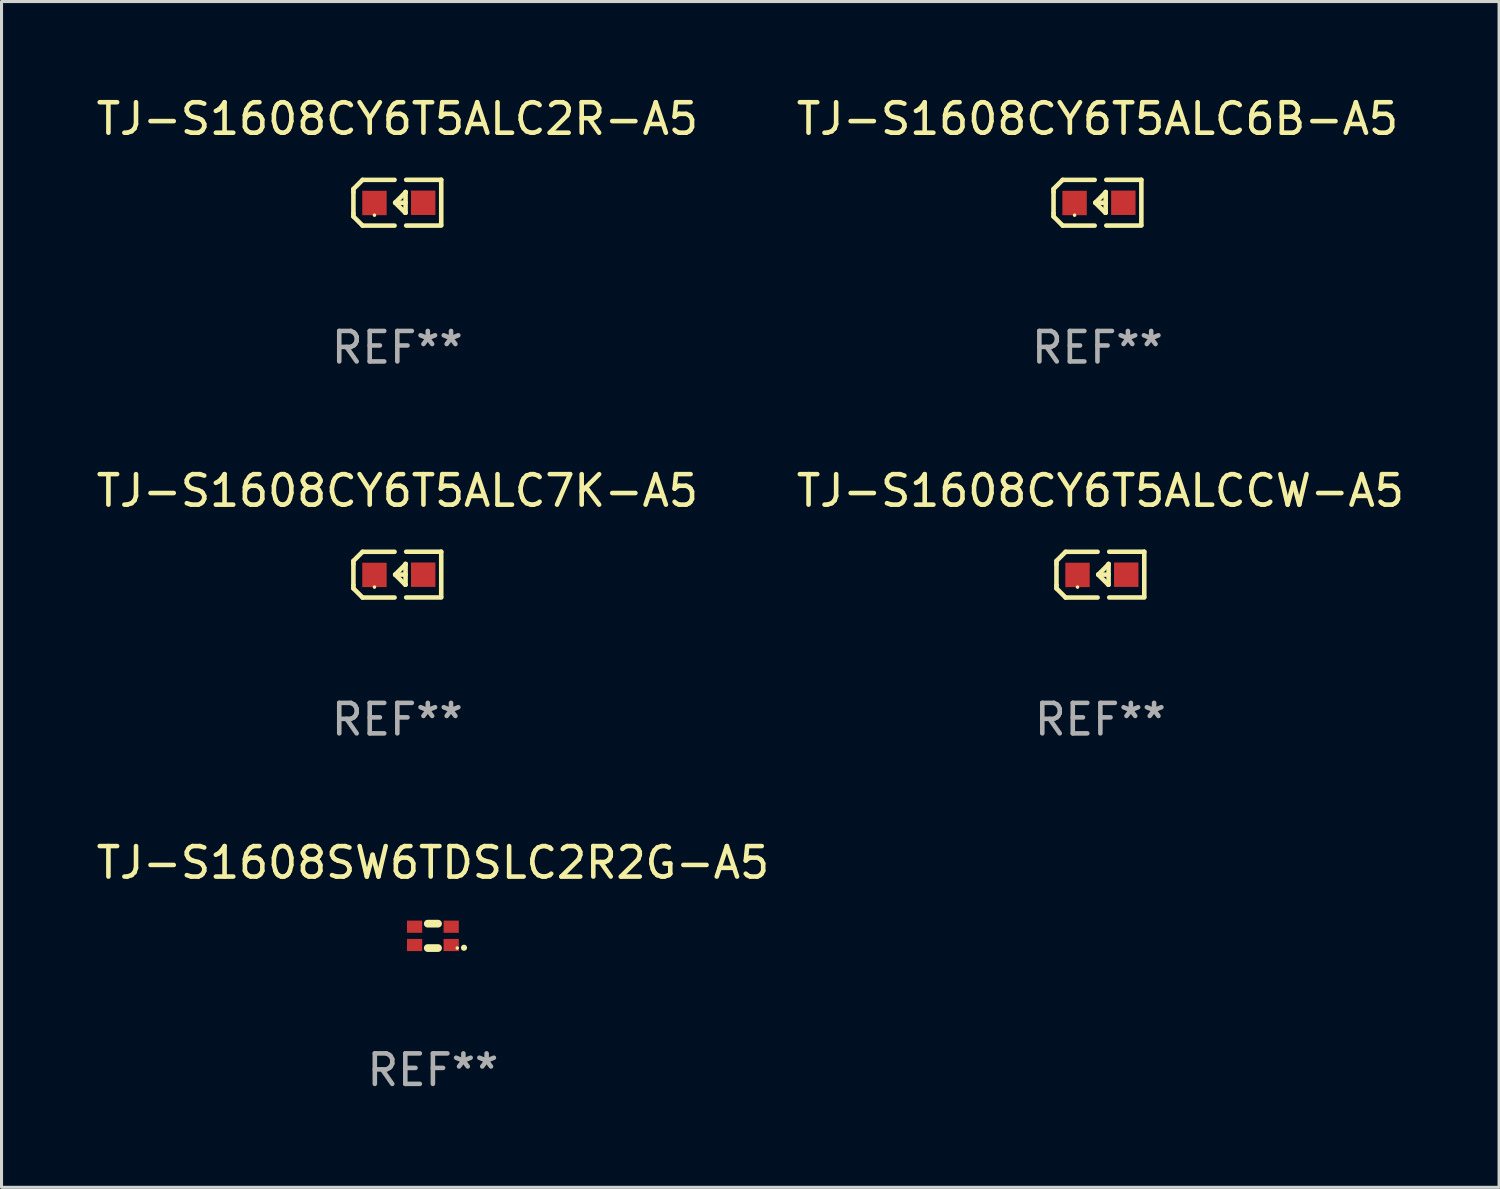
<source format=kicad_pcb>
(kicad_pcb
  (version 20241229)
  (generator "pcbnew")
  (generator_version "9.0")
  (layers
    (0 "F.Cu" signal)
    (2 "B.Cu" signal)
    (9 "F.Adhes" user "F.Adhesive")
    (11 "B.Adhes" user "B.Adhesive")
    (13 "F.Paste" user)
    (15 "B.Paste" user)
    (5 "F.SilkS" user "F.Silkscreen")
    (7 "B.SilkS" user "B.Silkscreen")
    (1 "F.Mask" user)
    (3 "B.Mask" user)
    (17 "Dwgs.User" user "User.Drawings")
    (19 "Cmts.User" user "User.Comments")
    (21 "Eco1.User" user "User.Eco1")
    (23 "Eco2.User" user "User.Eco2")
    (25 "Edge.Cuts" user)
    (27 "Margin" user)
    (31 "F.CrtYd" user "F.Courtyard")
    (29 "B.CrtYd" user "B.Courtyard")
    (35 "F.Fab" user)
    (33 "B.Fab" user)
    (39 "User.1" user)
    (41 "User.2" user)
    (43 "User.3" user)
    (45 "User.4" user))
  (footprint "TJ-S1608CY6T5ALC6B-A5"
    (layer "F.Cu")
    (at 32.946 3.599)
    (property "Reference" "TJ-S1608CY6T5ALC6B-A5" (at 0 -2.751 0) (layer "F.SilkS") (effects (font (size 1 1) (thickness 0.15))))
    (attr through_hole)
    (fp_line (start -1.44 -0.449) (end -1.14 -0.749) (stroke (width 0.15) (type solid)) (layer "F.SilkS"))
    (fp_line (start -1.44 -0.349) (end -1.44 -0.449) (stroke (width 0.15) (type solid)) (layer "F.SilkS"))
    (fp_line (start -1.44 -0.349) (end -1.44 0.351) (stroke (width 0.15) (type solid)) (layer "F.SilkS"))
    (fp_line (start -1.44 0.351) (end -1.44 0.451) (stroke (width 0.15) (type solid)) (layer "F.SilkS"))
    (fp_line (start -1.44 0.451) (end -1.14 0.751) (stroke (width 0.15) (type solid)) (layer "F.SilkS"))
    (fp_line (start -0.09 -0.749) (end -1.14 -0.749) (stroke (width 0.15) (type solid)) (layer "F.SilkS"))
    (fp_line (start -0.09 0.751) (end -1.14 0.751) (stroke (width 0.15) (type solid)) (layer "F.SilkS"))
    (fp_line (start 0.26 0.329) (end -0.07 -0.001) (stroke (width 0.15) (type solid)) (layer "F.SilkS"))
    (fp_line (start 0.27 -0.351) (end 0.27 -0.341) (stroke (width 0.15) (type solid)) (layer "F.SilkS"))
    (fp_line (start 0.27 -0.351) (end 0.27 0.329) (stroke (width 0.15) (type solid)) (layer "F.SilkS"))
    (fp_line (start 0.27 -0.341) (end -0.07 -0.001) (stroke (width 0.15) (type solid)) (layer "F.SilkS"))
    (fp_line (start 0.27 -0.001) (end -0.07 -0.001) (stroke (width 0.15) (type solid)) (layer "F.SilkS"))
    (fp_line (start 0.27 0.329) (end 0.26 0.329) (stroke (width 0.15) (type solid)) (layer "F.SilkS"))
    (fp_line (start 0.29 -0.751) (end 1.44 -0.751) (stroke (width 0.15) (type solid)) (layer "F.SilkS"))
    (fp_line (start 0.29 0.749) (end 1.44 0.749) (stroke (width 0.15) (type solid)) (layer "F.SilkS"))
    (fp_line (start 1.44 -0.751) (end 1.44 0.729) (stroke (width 0.15) (type solid)) (layer "F.SilkS"))
    (fp_circle (center -0.75 0.409) (end -0.72 0.409) (stroke (width 0.06) (type solid)) (fill no) (layer "F.SilkS"))
    (fp_text user "REF**" (at 0 4.751 0) (layer "F.Fab") (effects (font (size 1 1) (thickness 0.15))))
    (pad "1" smd rect (at -0.75 0.009 90) (size 0.8 0.8) (layers "F.Cu" "F.Mask" "F.Paste"))
    (pad "2" smd rect (at 0.849 0.002 90) (size 0.8 0.8) (layers "F.Cu" "F.Mask" "F.Paste")))
  (footprint "TJ-S1608SW6TDSLC2R2G-A5"
    (layer "F.Cu")
    (at 11.149 27.646)
    (property "Reference" "TJ-S1608SW6TDSLC2R2G-A5" (at 0 -2.4 0) (layer "F.SilkS") (effects (font (size 1 1) (thickness 0.15))))
    (attr through_hole)
    (fp_line (start -0.169 -0.4) (end 0.169 -0.4) (stroke (width 0.254) (type solid)) (layer "F.SilkS"))
    (fp_line (start -0.169 0.4) (end 0.169 0.4) (stroke (width 0.254) (type solid)) (layer "F.SilkS"))
    (fp_circle (center 0.8 0.4) (end 0.83 0.4) (stroke (width 0.06) (type solid)) (fill no) (layer "F.SilkS"))
    (fp_circle (center 1.02 0.39) (end 1.071 0.39) (stroke (width 0.1) (type solid)) (fill no) (layer "F.SilkS"))
    (fp_text user "REF**" (at 0 4.4 0) (layer "F.Fab") (effects (font (size 1 1) (thickness 0.15))))
    (pad "1" smd rect (at 0.6 0.3) (size 0.5 0.4) (layers "F.Cu" "F.Mask" "F.Paste"))
    (pad "2" smd rect (at -0.6 0.3) (size 0.5 0.4) (layers "F.Cu" "F.Mask" "F.Paste"))
    (pad "3" smd rect (at 0.6 -0.3) (size 0.5 0.4) (layers "F.Cu" "F.Mask" "F.Paste"))
    (pad "4" smd rect (at -0.6 -0.3) (size 0.5 0.4) (layers "F.Cu" "F.Mask" "F.Paste")))
  (footprint "TJ-S1608CY6T5ALC7K-A5"
    (layer "F.Cu")
    (at 9.982 15.798)
    (property "Reference" "TJ-S1608CY6T5ALC7K-A5" (at 0 -2.751 0) (layer "F.SilkS") (effects (font (size 1 1) (thickness 0.15))))
    (attr through_hole)
    (fp_line (start -1.44 -0.449) (end -1.14 -0.749) (stroke (width 0.15) (type solid)) (layer "F.SilkS"))
    (fp_line (start -1.44 -0.349) (end -1.44 -0.449) (stroke (width 0.15) (type solid)) (layer "F.SilkS"))
    (fp_line (start -1.44 -0.349) (end -1.44 0.351) (stroke (width 0.15) (type solid)) (layer "F.SilkS"))
    (fp_line (start -1.44 0.351) (end -1.44 0.451) (stroke (width 0.15) (type solid)) (layer "F.SilkS"))
    (fp_line (start -1.44 0.451) (end -1.14 0.751) (stroke (width 0.15) (type solid)) (layer "F.SilkS"))
    (fp_line (start -0.09 -0.749) (end -1.14 -0.749) (stroke (width 0.15) (type solid)) (layer "F.SilkS"))
    (fp_line (start -0.09 0.751) (end -1.14 0.751) (stroke (width 0.15) (type solid)) (layer "F.SilkS"))
    (fp_line (start 0.26 0.329) (end -0.07 -0.001) (stroke (width 0.15) (type solid)) (layer "F.SilkS"))
    (fp_line (start 0.27 -0.351) (end 0.27 -0.341) (stroke (width 0.15) (type solid)) (layer "F.SilkS"))
    (fp_line (start 0.27 -0.351) (end 0.27 0.329) (stroke (width 0.15) (type solid)) (layer "F.SilkS"))
    (fp_line (start 0.27 -0.341) (end -0.07 -0.001) (stroke (width 0.15) (type solid)) (layer "F.SilkS"))
    (fp_line (start 0.27 -0.001) (end -0.07 -0.001) (stroke (width 0.15) (type solid)) (layer "F.SilkS"))
    (fp_line (start 0.27 0.329) (end 0.26 0.329) (stroke (width 0.15) (type solid)) (layer "F.SilkS"))
    (fp_line (start 0.29 -0.751) (end 1.44 -0.751) (stroke (width 0.15) (type solid)) (layer "F.SilkS"))
    (fp_line (start 0.29 0.749) (end 1.44 0.749) (stroke (width 0.15) (type solid)) (layer "F.SilkS"))
    (fp_line (start 1.44 -0.751) (end 1.44 0.729) (stroke (width 0.15) (type solid)) (layer "F.SilkS"))
    (fp_circle (center -0.75 0.409) (end -0.72 0.409) (stroke (width 0.06) (type solid)) (fill no) (layer "F.SilkS"))
    (fp_text user "REF**" (at 0 4.751 0) (layer "F.Fab") (effects (font (size 1 1) (thickness 0.15))))
    (pad "1" smd rect (at -0.75 0.009 90) (size 0.8 0.8) (layers "F.Cu" "F.Mask" "F.Paste"))
    (pad "2" smd rect (at 0.849 0.002 90) (size 0.8 0.8) (layers "F.Cu" "F.Mask" "F.Paste")))
  (footprint "TJ-S1608CY6T5ALCCW-A5"
    (layer "F.Cu")
    (at 33.042 15.798)
    (property "Reference" "TJ-S1608CY6T5ALCCW-A5" (at 0 -2.751 0) (layer "F.SilkS") (effects (font (size 1 1) (thickness 0.15))))
    (attr through_hole)
    (fp_line (start -1.44 -0.449) (end -1.14 -0.749) (stroke (width 0.15) (type solid)) (layer "F.SilkS"))
    (fp_line (start -1.44 -0.349) (end -1.44 -0.449) (stroke (width 0.15) (type solid)) (layer "F.SilkS"))
    (fp_line (start -1.44 -0.349) (end -1.44 0.351) (stroke (width 0.15) (type solid)) (layer "F.SilkS"))
    (fp_line (start -1.44 0.351) (end -1.44 0.451) (stroke (width 0.15) (type solid)) (layer "F.SilkS"))
    (fp_line (start -1.44 0.451) (end -1.14 0.751) (stroke (width 0.15) (type solid)) (layer "F.SilkS"))
    (fp_line (start -0.09 -0.749) (end -1.14 -0.749) (stroke (width 0.15) (type solid)) (layer "F.SilkS"))
    (fp_line (start -0.09 0.751) (end -1.14 0.751) (stroke (width 0.15) (type solid)) (layer "F.SilkS"))
    (fp_line (start 0.26 0.329) (end -0.07 -0.001) (stroke (width 0.15) (type solid)) (layer "F.SilkS"))
    (fp_line (start 0.27 -0.351) (end 0.27 -0.341) (stroke (width 0.15) (type solid)) (layer "F.SilkS"))
    (fp_line (start 0.27 -0.351) (end 0.27 0.329) (stroke (width 0.15) (type solid)) (layer "F.SilkS"))
    (fp_line (start 0.27 -0.341) (end -0.07 -0.001) (stroke (width 0.15) (type solid)) (layer "F.SilkS"))
    (fp_line (start 0.27 -0.001) (end -0.07 -0.001) (stroke (width 0.15) (type solid)) (layer "F.SilkS"))
    (fp_line (start 0.27 0.329) (end 0.26 0.329) (stroke (width 0.15) (type solid)) (layer "F.SilkS"))
    (fp_line (start 0.29 -0.751) (end 1.44 -0.751) (stroke (width 0.15) (type solid)) (layer "F.SilkS"))
    (fp_line (start 0.29 0.749) (end 1.44 0.749) (stroke (width 0.15) (type solid)) (layer "F.SilkS"))
    (fp_line (start 1.44 -0.751) (end 1.44 0.729) (stroke (width 0.15) (type solid)) (layer "F.SilkS"))
    (fp_circle (center -0.75 0.409) (end -0.72 0.409) (stroke (width 0.06) (type solid)) (fill no) (layer "F.SilkS"))
    (fp_text user "REF**" (at 0 4.751 0) (layer "F.Fab") (effects (font (size 1 1) (thickness 0.15))))
    (pad "1" smd rect (at -0.75 0.009 90) (size 0.8 0.8) (layers "F.Cu" "F.Mask" "F.Paste"))
    (pad "2" smd rect (at 0.849 0.002 90) (size 0.8 0.8) (layers "F.Cu" "F.Mask" "F.Paste")))
  (footprint "TJ-S1608CY6T5ALC2R-A5"
    (layer "F.Cu")
    (at 9.982 3.599)
    (property "Reference" "TJ-S1608CY6T5ALC2R-A5" (at 0 -2.751 0) (layer "F.SilkS") (effects (font (size 1 1) (thickness 0.15))))
    (attr through_hole)
    (fp_line (start -1.44 -0.449) (end -1.14 -0.749) (stroke (width 0.15) (type solid)) (layer "F.SilkS"))
    (fp_line (start -1.44 -0.349) (end -1.44 -0.449) (stroke (width 0.15) (type solid)) (layer "F.SilkS"))
    (fp_line (start -1.44 -0.349) (end -1.44 0.351) (stroke (width 0.15) (type solid)) (layer "F.SilkS"))
    (fp_line (start -1.44 0.351) (end -1.44 0.451) (stroke (width 0.15) (type solid)) (layer "F.SilkS"))
    (fp_line (start -1.44 0.451) (end -1.14 0.751) (stroke (width 0.15) (type solid)) (layer "F.SilkS"))
    (fp_line (start -0.09 -0.749) (end -1.14 -0.749) (stroke (width 0.15) (type solid)) (layer "F.SilkS"))
    (fp_line (start -0.09 0.751) (end -1.14 0.751) (stroke (width 0.15) (type solid)) (layer "F.SilkS"))
    (fp_line (start 0.26 0.329) (end -0.07 -0.001) (stroke (width 0.15) (type solid)) (layer "F.SilkS"))
    (fp_line (start 0.27 -0.351) (end 0.27 -0.341) (stroke (width 0.15) (type solid)) (layer "F.SilkS"))
    (fp_line (start 0.27 -0.351) (end 0.27 0.329) (stroke (width 0.15) (type solid)) (layer "F.SilkS"))
    (fp_line (start 0.27 -0.341) (end -0.07 -0.001) (stroke (width 0.15) (type solid)) (layer "F.SilkS"))
    (fp_line (start 0.27 -0.001) (end -0.07 -0.001) (stroke (width 0.15) (type solid)) (layer "F.SilkS"))
    (fp_line (start 0.27 0.329) (end 0.26 0.329) (stroke (width 0.15) (type solid)) (layer "F.SilkS"))
    (fp_line (start 0.29 -0.751) (end 1.44 -0.751) (stroke (width 0.15) (type solid)) (layer "F.SilkS"))
    (fp_line (start 0.29 0.749) (end 1.44 0.749) (stroke (width 0.15) (type solid)) (layer "F.SilkS"))
    (fp_line (start 1.44 -0.751) (end 1.44 0.729) (stroke (width 0.15) (type solid)) (layer "F.SilkS"))
    (fp_circle (center -0.75 0.409) (end -0.72 0.409) (stroke (width 0.06) (type solid)) (fill no) (layer "F.SilkS"))
    (fp_text user "REF**" (at 0 4.751 0) (layer "F.Fab") (effects (font (size 1 1) (thickness 0.15))))
    (pad "1" smd rect (at -0.75 0.009 90) (size 0.8 0.8) (layers "F.Cu" "F.Mask" "F.Paste"))
    (pad "2" smd rect (at 0.849 0.002 90) (size 0.8 0.8) (layers "F.Cu" "F.Mask" "F.Paste")))
  (gr_rect
    (start -3 -3)
    (end 46.119 35.894)
    (stroke (width 0.1) (type default))
    (fill no)
    (layer "Edge.Cuts")))
</source>
